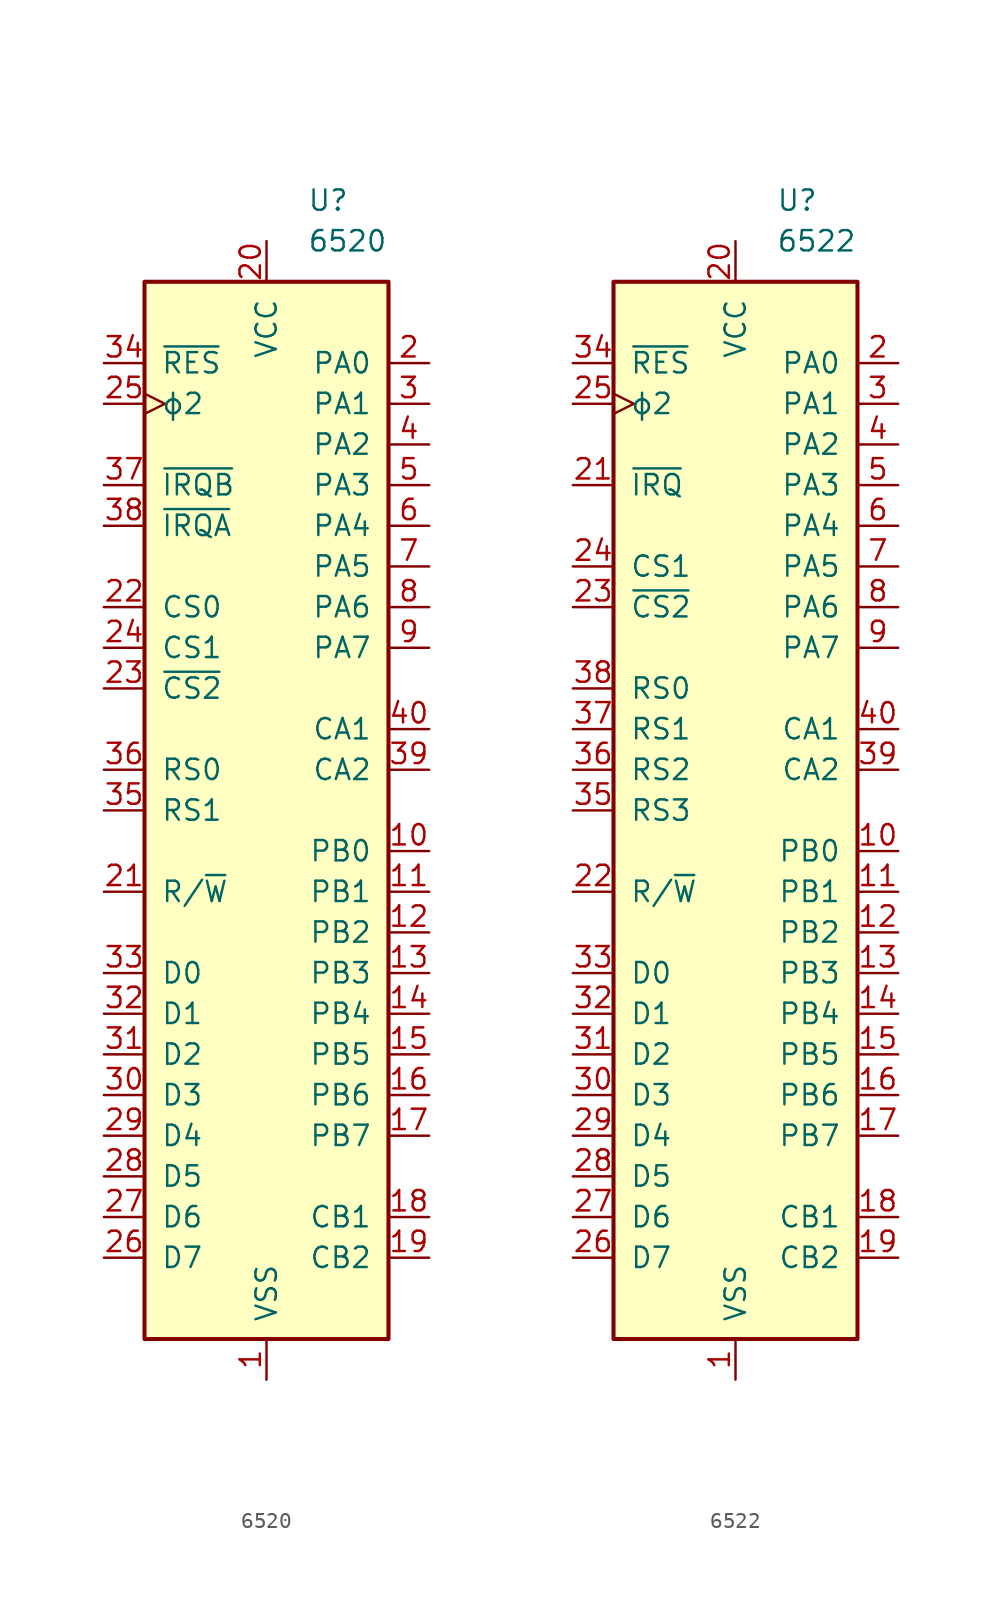
<source format=kicad_sym>
(kicad_symbol_lib
  (version 20211014)
  (generator kicad_symbol_editor)
  (symbol "6520"
    (pin_names
      (offset 1.016))
    (property "Reference" "U"
      (at 2.54 38.1 0)
      (effects (font (size 1.27 1.27)) (justify left)))
    (property "Value" "6520"
      (at 2.54 35.56 0)
      (effects (font (size 1.27 1.27)) (justify left)))
    (symbol "6520_0_1"
      (rectangle (start -7.62 33.02) (end 7.62 -33.02) (stroke (width 0.254) (type default) (color 0 0 0 0)) (fill (type background))))
    (symbol "6520_1_1"
      (pin power_in line (at 0 -35.56 90) (length 2.54) (name "VSS" (effects (font (size 1.27 1.27)))) (number "1" (effects (font (size 1.27 1.27)))))
      (pin bidirectional line (at 10.16 -2.54 180) (length 2.54) (name "PB0" (effects (font (size 1.27 1.27)))) (number "10" (effects (font (size 1.27 1.27)))))
      (pin bidirectional line (at 10.16 -5.08 180) (length 2.54) (name "PB1" (effects (font (size 1.27 1.27)))) (number "11" (effects (font (size 1.27 1.27)))))
      (pin bidirectional line (at 10.16 -7.62 180) (length 2.54) (name "PB2" (effects (font (size 1.27 1.27)))) (number "12" (effects (font (size 1.27 1.27)))))
      (pin bidirectional line (at 10.16 -10.16 180) (length 2.54) (name "PB3" (effects (font (size 1.27 1.27)))) (number "13" (effects (font (size 1.27 1.27)))))
      (pin bidirectional line (at 10.16 -12.7 180) (length 2.54) (name "PB4" (effects (font (size 1.27 1.27)))) (number "14" (effects (font (size 1.27 1.27)))))
      (pin bidirectional line (at 10.16 -15.24 180) (length 2.54) (name "PB5" (effects (font (size 1.27 1.27)))) (number "15" (effects (font (size 1.27 1.27)))))
      (pin bidirectional line (at 10.16 -17.78 180) (length 2.54) (name "PB6" (effects (font (size 1.27 1.27)))) (number "16" (effects (font (size 1.27 1.27)))))
      (pin bidirectional line (at 10.16 -20.32 180) (length 2.54) (name "PB7" (effects (font (size 1.27 1.27)))) (number "17" (effects (font (size 1.27 1.27)))))
      (pin input line (at 10.16 -25.4 180) (length 2.54) (name "CB1" (effects (font (size 1.27 1.27)))) (number "18" (effects (font (size 1.27 1.27)))))
      (pin bidirectional line (at 10.16 -27.94 180) (length 2.54) (name "CB2" (effects (font (size 1.27 1.27)))) (number "19" (effects (font (size 1.27 1.27)))))
      (pin bidirectional line (at 10.16 27.94 180) (length 2.54) (name "PA0" (effects (font (size 1.27 1.27)))) (number "2" (effects (font (size 1.27 1.27)))))
      (pin power_in line (at 0 35.56 270) (length 2.54) (name "VCC" (effects (font (size 1.27 1.27)))) (number "20" (effects (font (size 1.27 1.27)))))
      (pin input line (at -10.16 -5.08 0) (length 2.54) (name "R/~{W}" (effects (font (size 1.27 1.27)))) (number "21" (effects (font (size 1.27 1.27)))))
      (pin input line (at -10.16 12.7 0) (length 2.54) (name "CS0" (effects (font (size 1.27 1.27)))) (number "22" (effects (font (size 1.27 1.27)))))
      (pin input line (at -10.16 7.62 0) (length 2.54) (name "~{CS2}" (effects (font (size 1.27 1.27)))) (number "23" (effects (font (size 1.27 1.27)))))
      (pin input line (at -10.16 10.16 0) (length 2.54) (name "CS1" (effects (font (size 1.27 1.27)))) (number "24" (effects (font (size 1.27 1.27)))))
      (pin input clock (at -10.16 25.4 0) (length 2.54) (name "ϕ2" (effects (font (size 1.27 1.27)))) (number "25" (effects (font (size 1.27 1.27)))))
      (pin bidirectional line (at -10.16 -27.94 0) (length 2.54) (name "D7" (effects (font (size 1.27 1.27)))) (number "26" (effects (font (size 1.27 1.27)))))
      (pin bidirectional line (at -10.16 -25.4 0) (length 2.54) (name "D6" (effects (font (size 1.27 1.27)))) (number "27" (effects (font (size 1.27 1.27)))))
      (pin bidirectional line (at -10.16 -22.86 0) (length 2.54) (name "D5" (effects (font (size 1.27 1.27)))) (number "28" (effects (font (size 1.27 1.27)))))
      (pin bidirectional line (at -10.16 -20.32 0) (length 2.54) (name "D4" (effects (font (size 1.27 1.27)))) (number "29" (effects (font (size 1.27 1.27)))))
      (pin bidirectional line (at 10.16 25.4 180) (length 2.54) (name "PA1" (effects (font (size 1.27 1.27)))) (number "3" (effects (font (size 1.27 1.27)))))
      (pin bidirectional line (at -10.16 -17.78 0) (length 2.54) (name "D3" (effects (font (size 1.27 1.27)))) (number "30" (effects (font (size 1.27 1.27)))))
      (pin bidirectional line (at -10.16 -15.24 0) (length 2.54) (name "D2" (effects (font (size 1.27 1.27)))) (number "31" (effects (font (size 1.27 1.27)))))
      (pin bidirectional line (at -10.16 -12.7 0) (length 2.54) (name "D1" (effects (font (size 1.27 1.27)))) (number "32" (effects (font (size 1.27 1.27)))))
      (pin bidirectional line (at -10.16 -10.16 0) (length 2.54) (name "D0" (effects (font (size 1.27 1.27)))) (number "33" (effects (font (size 1.27 1.27)))))
      (pin input line (at -10.16 27.94 0) (length 2.54) (name "~{RES}" (effects (font (size 1.27 1.27)))) (number "34" (effects (font (size 1.27 1.27)))))
      (pin input line (at -10.16 0 0) (length 2.54) (name "RS1" (effects (font (size 1.27 1.27)))) (number "35" (effects (font (size 1.27 1.27)))))
      (pin input line (at -10.16 2.54 0) (length 2.54) (name "RS0" (effects (font (size 1.27 1.27)))) (number "36" (effects (font (size 1.27 1.27)))))
      (pin open_collector line (at -10.16 20.32 0) (length 2.54) (name "~{IRQB}" (effects (font (size 1.27 1.27)))) (number "37" (effects (font (size 1.27 1.27)))))
      (pin open_collector line (at -10.16 17.78 0) (length 2.54) (name "~{IRQA}" (effects (font (size 1.27 1.27)))) (number "38" (effects (font (size 1.27 1.27)))))
      (pin bidirectional line (at 10.16 2.54 180) (length 2.54) (name "CA2" (effects (font (size 1.27 1.27)))) (number "39" (effects (font (size 1.27 1.27)))))
      (pin bidirectional line (at 10.16 22.86 180) (length 2.54) (name "PA2" (effects (font (size 1.27 1.27)))) (number "4" (effects (font (size 1.27 1.27)))))
      (pin input line (at 10.16 5.08 180) (length 2.54) (name "CA1" (effects (font (size 1.27 1.27)))) (number "40" (effects (font (size 1.27 1.27)))))
      (pin bidirectional line (at 10.16 20.32 180) (length 2.54) (name "PA3" (effects (font (size 1.27 1.27)))) (number "5" (effects (font (size 1.27 1.27)))))
      (pin bidirectional line (at 10.16 17.78 180) (length 2.54) (name "PA4" (effects (font (size 1.27 1.27)))) (number "6" (effects (font (size 1.27 1.27)))))
      (pin bidirectional line (at 10.16 15.24 180) (length 2.54) (name "PA5" (effects (font (size 1.27 1.27)))) (number "7" (effects (font (size 1.27 1.27)))))
      (pin bidirectional line (at 10.16 12.7 180) (length 2.54) (name "PA6" (effects (font (size 1.27 1.27)))) (number "8" (effects (font (size 1.27 1.27)))))
      (pin bidirectional line (at 10.16 10.16 180) (length 2.54) (name "PA7" (effects (font (size 1.27 1.27)))) (number "9" (effects (font (size 1.27 1.27)))))))
  (symbol "6522"
    (pin_names
      (offset 1.016))
    (property "Reference" "U"
      (at 2.54 38.1 0)
      (effects (font (size 1.27 1.27)) (justify left)))
    (property "Value" "6522"
      (at 2.54 35.56 0)
      (effects (font (size 1.27 1.27)) (justify left)))
    (symbol "6522_0_1"
      (rectangle (start -7.62 33.02) (end 7.62 -33.02) (stroke (width 0.254) (type default) (color 0 0 0 0)) (fill (type background))))
    (symbol "6522_1_1"
      (pin power_in line (at 0 -35.56 90) (length 2.54) (name "VSS" (effects (font (size 1.27 1.27)))) (number "1" (effects (font (size 1.27 1.27)))))
      (pin bidirectional line (at 10.16 -2.54 180) (length 2.54) (name "PB0" (effects (font (size 1.27 1.27)))) (number "10" (effects (font (size 1.27 1.27)))))
      (pin bidirectional line (at 10.16 -5.08 180) (length 2.54) (name "PB1" (effects (font (size 1.27 1.27)))) (number "11" (effects (font (size 1.27 1.27)))))
      (pin bidirectional line (at 10.16 -7.62 180) (length 2.54) (name "PB2" (effects (font (size 1.27 1.27)))) (number "12" (effects (font (size 1.27 1.27)))))
      (pin bidirectional line (at 10.16 -10.16 180) (length 2.54) (name "PB3" (effects (font (size 1.27 1.27)))) (number "13" (effects (font (size 1.27 1.27)))))
      (pin bidirectional line (at 10.16 -12.7 180) (length 2.54) (name "PB4" (effects (font (size 1.27 1.27)))) (number "14" (effects (font (size 1.27 1.27)))))
      (pin bidirectional line (at 10.16 -15.24 180) (length 2.54) (name "PB5" (effects (font (size 1.27 1.27)))) (number "15" (effects (font (size 1.27 1.27)))))
      (pin bidirectional line (at 10.16 -17.78 180) (length 2.54) (name "PB6" (effects (font (size 1.27 1.27)))) (number "16" (effects (font (size 1.27 1.27)))))
      (pin bidirectional line (at 10.16 -20.32 180) (length 2.54) (name "PB7" (effects (font (size 1.27 1.27)))) (number "17" (effects (font (size 1.27 1.27)))))
      (pin input line (at 10.16 -25.4 180) (length 2.54) (name "CB1" (effects (font (size 1.27 1.27)))) (number "18" (effects (font (size 1.27 1.27)))))
      (pin bidirectional line (at 10.16 -27.94 180) (length 2.54) (name "CB2" (effects (font (size 1.27 1.27)))) (number "19" (effects (font (size 1.27 1.27)))))
      (pin bidirectional line (at 10.16 27.94 180) (length 2.54) (name "PA0" (effects (font (size 1.27 1.27)))) (number "2" (effects (font (size 1.27 1.27)))))
      (pin power_in line (at 0 35.56 270) (length 2.54) (name "VCC" (effects (font (size 1.27 1.27)))) (number "20" (effects (font (size 1.27 1.27)))))
      (pin open_collector line (at -10.16 20.32 0) (length 2.54) (name "~{IRQ}" (effects (font (size 1.27 1.27)))) (number "21" (effects (font (size 1.27 1.27)))))
      (pin input line (at -10.16 -5.08 0) (length 2.54) (name "R/~{W}" (effects (font (size 1.27 1.27)))) (number "22" (effects (font (size 1.27 1.27)))))
      (pin input line (at -10.16 12.7 0) (length 2.54) (name "~{CS2}" (effects (font (size 1.27 1.27)))) (number "23" (effects (font (size 1.27 1.27)))))
      (pin input line (at -10.16 15.24 0) (length 2.54) (name "CS1" (effects (font (size 1.27 1.27)))) (number "24" (effects (font (size 1.27 1.27)))))
      (pin input clock (at -10.16 25.4 0) (length 2.54) (name "ϕ2" (effects (font (size 1.27 1.27)))) (number "25" (effects (font (size 1.27 1.27)))))
      (pin bidirectional line (at -10.16 -27.94 0) (length 2.54) (name "D7" (effects (font (size 1.27 1.27)))) (number "26" (effects (font (size 1.27 1.27)))))
      (pin bidirectional line (at -10.16 -25.4 0) (length 2.54) (name "D6" (effects (font (size 1.27 1.27)))) (number "27" (effects (font (size 1.27 1.27)))))
      (pin bidirectional line (at -10.16 -22.86 0) (length 2.54) (name "D5" (effects (font (size 1.27 1.27)))) (number "28" (effects (font (size 1.27 1.27)))))
      (pin bidirectional line (at -10.16 -20.32 0) (length 2.54) (name "D4" (effects (font (size 1.27 1.27)))) (number "29" (effects (font (size 1.27 1.27)))))
      (pin bidirectional line (at 10.16 25.4 180) (length 2.54) (name "PA1" (effects (font (size 1.27 1.27)))) (number "3" (effects (font (size 1.27 1.27)))))
      (pin bidirectional line (at -10.16 -17.78 0) (length 2.54) (name "D3" (effects (font (size 1.27 1.27)))) (number "30" (effects (font (size 1.27 1.27)))))
      (pin bidirectional line (at -10.16 -15.24 0) (length 2.54) (name "D2" (effects (font (size 1.27 1.27)))) (number "31" (effects (font (size 1.27 1.27)))))
      (pin bidirectional line (at -10.16 -12.7 0) (length 2.54) (name "D1" (effects (font (size 1.27 1.27)))) (number "32" (effects (font (size 1.27 1.27)))))
      (pin bidirectional line (at -10.16 -10.16 0) (length 2.54) (name "D0" (effects (font (size 1.27 1.27)))) (number "33" (effects (font (size 1.27 1.27)))))
      (pin input line (at -10.16 27.94 0) (length 2.54) (name "~{RES}" (effects (font (size 1.27 1.27)))) (number "34" (effects (font (size 1.27 1.27)))))
      (pin input line (at -10.16 0 0) (length 2.54) (name "RS3" (effects (font (size 1.27 1.27)))) (number "35" (effects (font (size 1.27 1.27)))))
      (pin input line (at -10.16 2.54 0) (length 2.54) (name "RS2" (effects (font (size 1.27 1.27)))) (number "36" (effects (font (size 1.27 1.27)))))
      (pin input line (at -10.16 5.08 0) (length 2.54) (name "RS1" (effects (font (size 1.27 1.27)))) (number "37" (effects (font (size 1.27 1.27)))))
      (pin input line (at -10.16 7.62 0) (length 2.54) (name "RS0" (effects (font (size 1.27 1.27)))) (number "38" (effects (font (size 1.27 1.27)))))
      (pin bidirectional line (at 10.16 2.54 180) (length 2.54) (name "CA2" (effects (font (size 1.27 1.27)))) (number "39" (effects (font (size 1.27 1.27)))))
      (pin bidirectional line (at 10.16 22.86 180) (length 2.54) (name "PA2" (effects (font (size 1.27 1.27)))) (number "4" (effects (font (size 1.27 1.27)))))
      (pin input line (at 10.16 5.08 180) (length 2.54) (name "CA1" (effects (font (size 1.27 1.27)))) (number "40" (effects (font (size 1.27 1.27)))))
      (pin bidirectional line (at 10.16 20.32 180) (length 2.54) (name "PA3" (effects (font (size 1.27 1.27)))) (number "5" (effects (font (size 1.27 1.27)))))
      (pin bidirectional line (at 10.16 17.78 180) (length 2.54) (name "PA4" (effects (font (size 1.27 1.27)))) (number "6" (effects (font (size 1.27 1.27)))))
      (pin bidirectional line (at 10.16 15.24 180) (length 2.54) (name "PA5" (effects (font (size 1.27 1.27)))) (number "7" (effects (font (size 1.27 1.27)))))
      (pin bidirectional line (at 10.16 12.7 180) (length 2.54) (name "PA6" (effects (font (size 1.27 1.27)))) (number "8" (effects (font (size 1.27 1.27)))))
      (pin bidirectional line (at 10.16 10.16 180) (length 2.54) (name "PA7" (effects (font (size 1.27 1.27)))) (number "9" (effects (font (size 1.27 1.27))))))))
</source>
